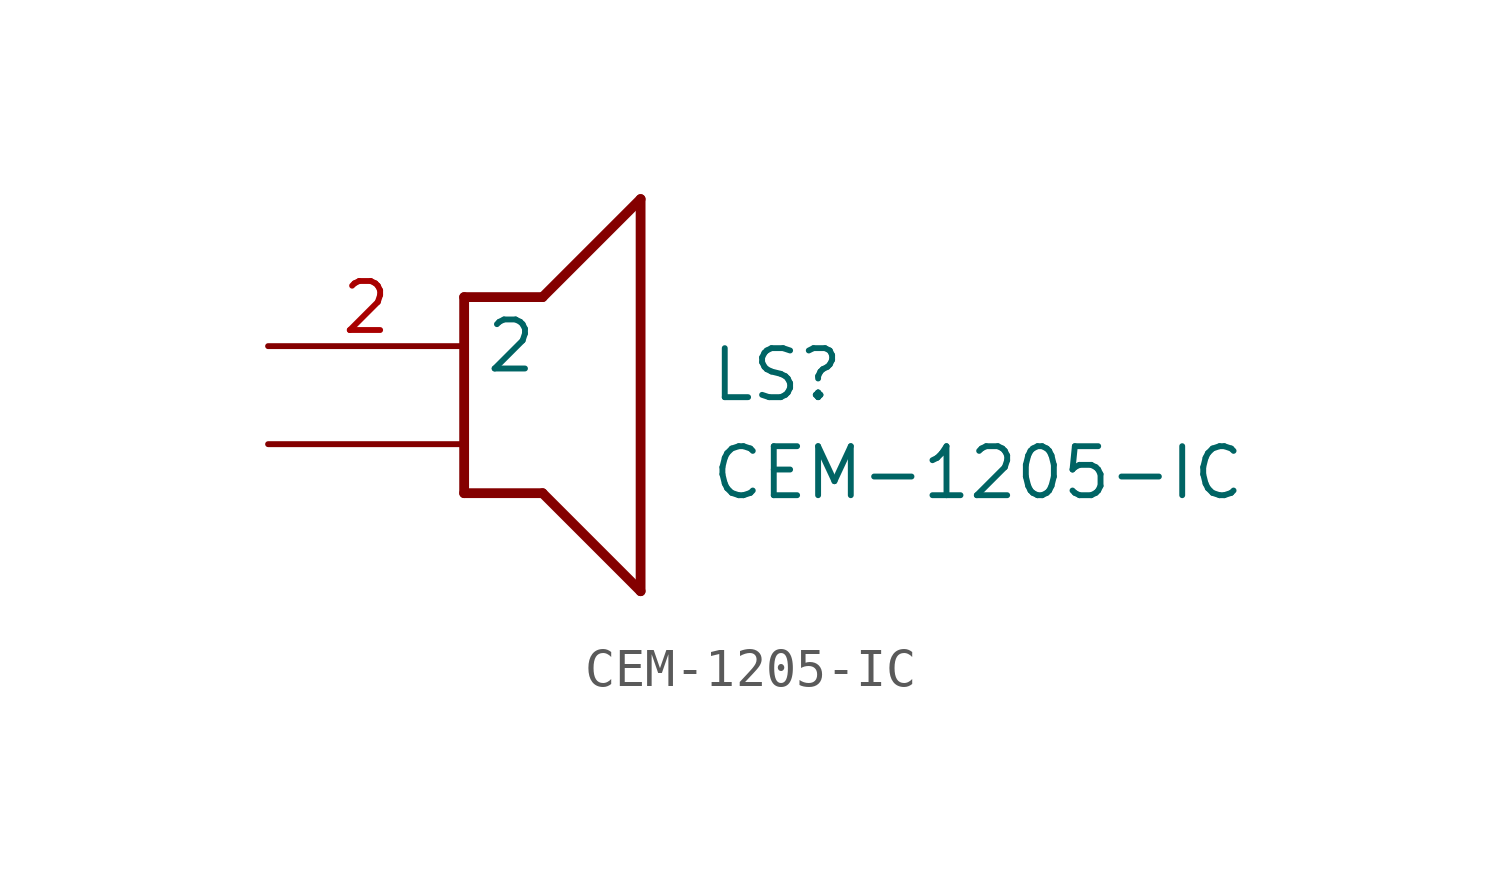
<source format=kicad_sym>
(kicad_symbol_lib
  (version 20211014)
  (generator SamacSys_ECAD_Model)
  (symbol "CEM-1205-IC"
    (property "Reference" "LS"
      (at 11.43 0 0)
      (effects (font (size 1.27 1.27)) (justify left top)))
    (property "Value" "CEM-1205-IC"
      (at 11.43 -2.54 0)
      (effects (font (size 1.27 1.27)) (justify left top)))
    (polyline
      (pts (xy 5.08 1.27) (xy 7.112 1.27))
      (stroke (width 0.254) (type default))
      (fill (type none)))
    (polyline
      (pts (xy 9.652 3.81) (xy 7.112 1.27))
      (stroke (width 0.254) (type default))
      (fill (type none)))
    (polyline
      (pts (xy 9.652 3.81) (xy 9.652 -6.35))
      (stroke (width 0.254) (type default))
      (fill (type none)))
    (polyline
      (pts (xy 7.112 -3.81) (xy 9.652 -6.35))
      (stroke (width 0.254) (type default))
      (fill (type none)))
    (polyline
      (pts (xy 7.112 -3.81) (xy 5.08 -3.81))
      (stroke (width 0.254) (type default))
      (fill (type none)))
    (polyline
      (pts (xy 5.08 1.27) (xy 5.08 -3.81))
      (stroke (width 0.254) (type default))
      (fill (type none)))
    (pin passive line
      (at 0 0 0)
      (length 5.08)
      (name "2" (effects (font (size 1.27 1.27))))
      (number "2" (effects (font (size 1.27 1.27)))))
    (pin passive line
      (at 0 -2.54 0)
      (length 5.08)
      (name "" (effects (font (size 1.27 1.27))))
      (number "" (effects (font (size 1.27 1.27)))))))
</source>
